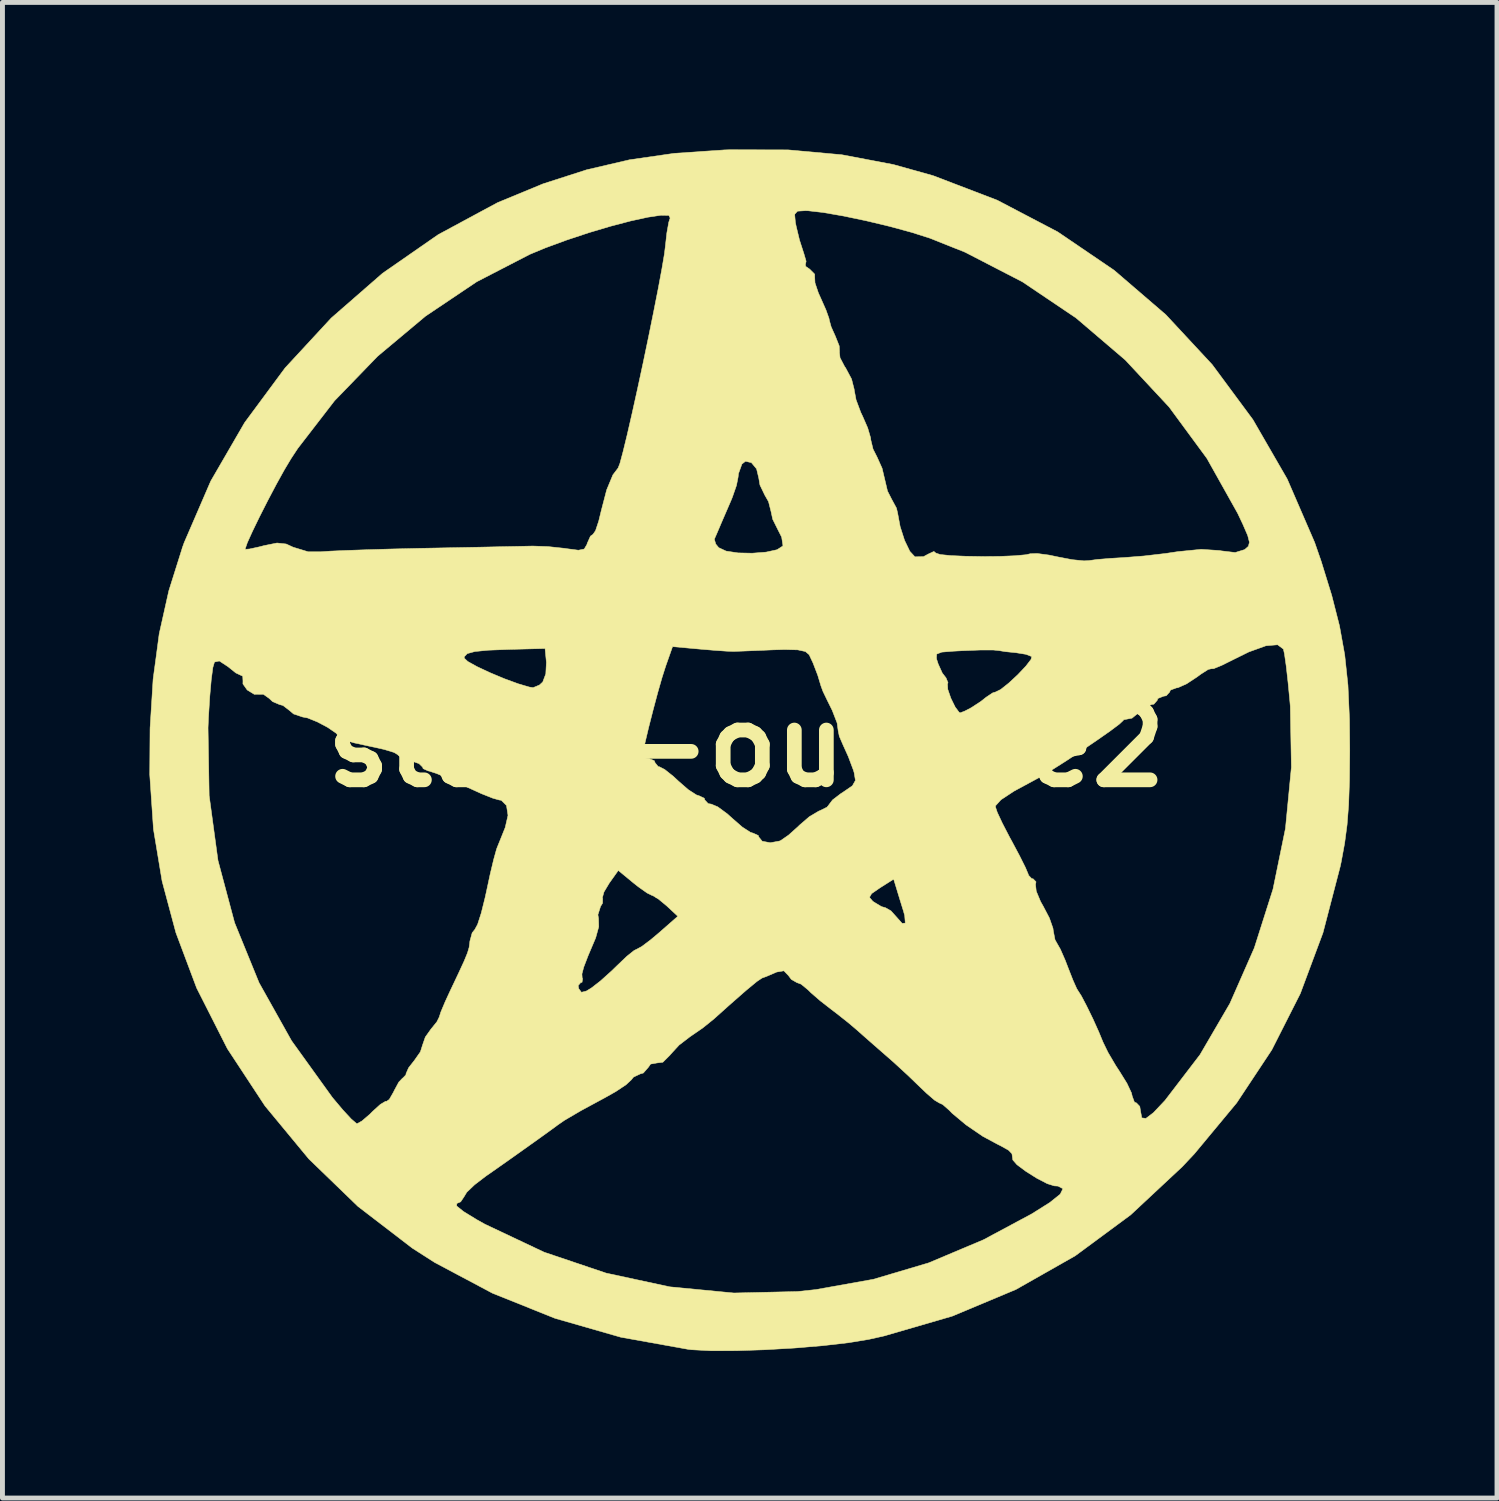
<source format=kicad_pcb>
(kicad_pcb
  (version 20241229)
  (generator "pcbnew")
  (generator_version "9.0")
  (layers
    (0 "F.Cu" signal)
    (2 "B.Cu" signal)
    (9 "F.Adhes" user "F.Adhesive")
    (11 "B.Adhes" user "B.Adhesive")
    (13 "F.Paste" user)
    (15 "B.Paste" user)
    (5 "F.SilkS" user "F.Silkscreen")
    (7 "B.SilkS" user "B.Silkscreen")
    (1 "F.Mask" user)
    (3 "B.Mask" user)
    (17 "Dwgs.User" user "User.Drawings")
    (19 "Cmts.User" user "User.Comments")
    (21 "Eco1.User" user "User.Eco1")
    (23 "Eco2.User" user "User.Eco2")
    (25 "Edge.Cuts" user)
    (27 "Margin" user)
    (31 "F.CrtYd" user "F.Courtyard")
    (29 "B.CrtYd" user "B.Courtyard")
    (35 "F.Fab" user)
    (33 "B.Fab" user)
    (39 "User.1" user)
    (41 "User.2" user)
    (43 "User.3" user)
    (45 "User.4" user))
  (footprint "star4-outline2"
    (layer "F.Cu")
    (at 12.176 12.17)
    (property "Reference" "star4-outline2" (at 0 0 0) (layer "F.SilkS") (effects (font (size 1.524 1.524) (thickness 0.3))))
    (attr through_hole)
    (fp_poly (pts (xy 0.852 -12.162) (xy 1.948 -12.063) (xy 3 -11.863) (xy 3.809 -11.637) (xy 5.118 -11.136) (xy 6.353 -10.489) (xy 7.503 -9.707) (xy 8.558 -8.8) (xy 9.505 -7.781) (xy 10.335 -6.659) (xy 11.035 -5.447) (xy 11.594 -4.155) (xy 11.727 -3.772) (xy 11.943 -3.073) (xy 12.101 -2.453) (xy 12.208 -1.86) (xy 12.274 -1.242) (xy 12.305 -0.547) (xy 12.311 0.085) (xy 12.305 0.702) (xy 12.288 1.195) (xy 12.256 1.608) (xy 12.206 1.985) (xy 12.135 2.371) (xy 12.117 2.455) (xy 11.764 3.811) (xy 11.302 5.05) (xy 10.72 6.199) (xy 10.004 7.28) (xy 9.142 8.318) (xy 8.894 8.582) (xy 7.841 9.565) (xy 6.712 10.399) (xy 5.5 11.087) (xy 4.201 11.631) (xy 2.807 12.036) (xy 2.498 12.105) (xy 2.085 12.173) (xy 1.563 12.233) (xy 0.977 12.282) (xy 0.372 12.317) (xy -0.209 12.336) (xy -0.721 12.337) (xy -1.119 12.316) (xy -1.185 12.308) (xy -2.564 12.06) (xy -3.904 11.675) (xy -5.179 11.163) (xy -6.358 10.536) (xy -6.814 10.244) (xy -7.92 9.395) (xy -7.934 9.382) (xy -5.912 9.382) (xy -5.772 9.495) (xy -5.495 9.665) (xy -5.334 9.755) (xy -4.126 10.326) (xy -2.861 10.753) (xy -1.562 11.033) (xy -0.253 11.159) (xy 1.043 11.129) (xy 1.419 11.089) (xy 2.593 10.879) (xy 3.721 10.544) (xy 4.84 10.072) (xy 5.823 9.545) (xy 6.192 9.313) (xy 6.404 9.143) (xy 6.459 9.031) (xy 6.359 8.978) (xy 6.282 8.973) (xy 6.139 8.928) (xy 5.927 8.818) (xy 5.703 8.677) (xy 5.521 8.541) (xy 5.437 8.445) (xy 5.419 8.318) (xy 5.349 8.245) (xy 5.178 8.15) (xy 5.144 8.134) (xy 4.825 7.963) (xy 4.483 7.729) (xy 4.197 7.49) (xy 4.139 7.43) (xy 4.007 7.314) (xy 3.935 7.281) (xy 3.842 7.226) (xy 3.677 7.084) (xy 3.551 6.964) (xy 3.298 6.72) (xy 3.002 6.448) (xy 2.842 6.308) (xy 2.596 6.093) (xy 2.373 5.897) (xy 2.262 5.798) (xy 2.078 5.642) (xy 1.835 5.45) (xy 1.736 5.375) (xy 1.505 5.195) (xy 1.315 5.03) (xy 1.26 4.975) (xy 1.118 4.858) (xy 1.031 4.826) (xy 0.918 4.761) (xy 0.859 4.682) (xy 0.766 4.586) (xy 0.621 4.61) (xy 0.58 4.628) (xy 0.407 4.702) (xy 0.321 4.733) (xy 0.216 4.803) (xy -0.009 4.989) (xy -0.352 5.29) (xy -0.663 5.569) (xy -0.89 5.752) (xy -1.143 5.926) (xy -1.149 5.93) (xy -1.373 6.102) (xy -1.548 6.293) (xy -1.558 6.306) (xy -1.703 6.451) (xy -1.82 6.465) (xy -1.953 6.488) (xy -1.998 6.553) (xy -2.101 6.671) (xy -2.164 6.689) (xy -2.302 6.754) (xy -2.345 6.808) (xy -2.453 6.909) (xy -2.663 7.049) (xy -2.879 7.171) (xy -3.371 7.437) (xy -3.709 7.635) (xy -3.848 7.731) (xy -3.988 7.834) (xy -4.228 8.007) (xy -4.531 8.223) (xy -4.859 8.456) (xy -5.175 8.678) (xy -5.313 8.774) (xy -5.543 8.95) (xy -5.704 9.104) (xy -5.757 9.192) (xy -5.828 9.299) (xy -5.905 9.331) (xy -5.912 9.382) (xy -7.934 9.382) (xy -8.927 8.422) (xy -9.82 7.342) (xy -10.587 6.175) (xy -11.214 4.937) (xy -11.637 3.809) (xy -11.919 2.756) (xy -12.095 1.697) (xy -12.171 0.584) (xy -12.165 -0.339) (xy -12.164 -0.371) (xy -10.982 -0.371) (xy -10.959 1.011) (xy -10.779 2.335) (xy -10.44 3.605) (xy -9.941 4.829) (xy -9.278 6.013) (xy -8.451 7.162) (xy -8.44 7.176) (xy -8.232 7.423) (xy -8.061 7.608) (xy -7.954 7.7) (xy -7.941 7.705) (xy -7.841 7.649) (xy -7.68 7.511) (xy -7.626 7.456) (xy -7.466 7.311) (xy -7.358 7.247) (xy -7.341 7.25) (xy -7.284 7.21) (xy -7.198 7.06) (xy -7.185 7.032) (xy -7.09 6.856) (xy -7.012 6.774) (xy -7.007 6.773) (xy -6.945 6.708) (xy -6.943 6.685) (xy -6.89 6.564) (xy -6.773 6.415) (xy -6.649 6.238) (xy -6.604 6.096) (xy -6.549 5.937) (xy -6.435 5.777) (xy -6.313 5.626) (xy -6.265 5.529) (xy -6.231 5.423) (xy -6.143 5.214) (xy -6.043 4.997) (xy -5.991 4.888) (xy -3.431 4.888) (xy -3.419 4.95) (xy -3.364 5.024) (xy -3.262 4.998) (xy -3.159 4.935) (xy -2.974 4.791) (xy -2.744 4.584) (xy -2.629 4.472) (xy -2.438 4.29) (xy -2.289 4.171) (xy -2.236 4.145) (xy -2.135 4.091) (xy -1.954 3.955) (xy -1.778 3.807) (xy -1.397 3.473) (xy -1.626 3.26) (xy -1.794 3.121) (xy -1.85 3.087) (xy 2.512 3.087) (xy 2.577 3.164) (xy 2.601 3.182) (xy 2.758 3.276) (xy 2.839 3.299) (xy 2.951 3.363) (xy 3.048 3.471) (xy 3.179 3.618) (xy 3.243 3.612) (xy 3.231 3.458) (xy 3.205 3.365) (xy 3.127 3.113) (xy 3.063 2.903) (xy 3.006 2.716) (xy 2.728 2.892) (xy 2.556 3.011) (xy 2.512 3.087) (xy -1.85 3.087) (xy -1.912 3.05) (xy -1.924 3.048) (xy -2.025 2.998) (xy -2.203 2.872) (xy -2.303 2.793) (xy -2.612 2.538) (xy -2.797 2.798) (xy -2.904 2.977) (xy -2.937 3.095) (xy -2.931 3.109) (xy -2.933 3.206) (xy -2.974 3.272) (xy -3.028 3.442) (xy -3.015 3.52) (xy -3.011 3.687) (xy -3.072 3.908) (xy -3.078 3.924) (xy -3.228 4.278) (xy -3.317 4.51) (xy -3.354 4.65) (xy -3.349 4.729) (xy -3.34 4.748) (xy -3.352 4.821) (xy -3.379 4.826) (xy -3.431 4.888) (xy -5.991 4.888) (xy -5.869 4.63) (xy -5.755 4.383) (xy -5.689 4.221) (xy -5.656 4.111) (xy -5.643 4.019) (xy -5.64 3.982) (xy -5.593 3.81) (xy -5.539 3.743) (xy -5.482 3.638) (xy -5.408 3.408) (xy -5.33 3.095) (xy -5.301 2.963) (xy -5.226 2.614) (xy -5.154 2.313) (xy -5.098 2.111) (xy -5.085 2.074) (xy -5.002 1.869) (xy -4.919 1.662) (xy -4.862 1.414) (xy -4.893 1.213) (xy -4.999 1.107) (xy -5.041 1.101) (xy -5.17 1.065) (xy -5.404 0.972) (xy -5.698 0.838) (xy -5.769 0.804) (xy -6.07 0.665) (xy -6.32 0.56) (xy -6.474 0.51) (xy -6.491 0.508) (xy -6.594 0.461) (xy -6.604 0.43) (xy -6.677 0.359) (xy -6.853 0.297) (xy -6.858 0.296) (xy -7.036 0.239) (xy -7.096 0.191) (xy -2.114 0.191) (xy -2.048 0.247) (xy -1.99 0.254) (xy -1.877 0.3) (xy -1.863 0.339) (xy -1.798 0.42) (xy -1.774 0.423) (xy -1.666 0.478) (xy -1.49 0.618) (xy -1.38 0.72) (xy -1.182 0.892) (xy -1.017 0.998) (xy -0.961 1.016) (xy -0.857 1.066) (xy -0.847 1.101) (xy -0.778 1.175) (xy -0.715 1.185) (xy -0.582 1.241) (xy -0.389 1.383) (xy -0.279 1.482) (xy -0.081 1.654) (xy 0.083 1.76) (xy 0.14 1.778) (xy 0.244 1.825) (xy 0.254 1.856) (xy 0.324 1.942) (xy 0.488 1.973) (xy 0.675 1.939) (xy 0.703 1.927) (xy 0.862 1.817) (xy 1.054 1.645) (xy 1.084 1.615) (xy 1.285 1.442) (xy 1.479 1.327) (xy 1.503 1.318) (xy 1.65 1.245) (xy 1.656 1.237) (xy 5.081 1.237) (xy 5.119 1.351) (xy 5.221 1.57) (xy 5.368 1.854) (xy 5.419 1.947) (xy 5.575 2.24) (xy 5.693 2.476) (xy 5.753 2.618) (xy 5.757 2.636) (xy 5.823 2.706) (xy 5.851 2.709) (xy 5.91 2.77) (xy 5.9 2.825) (xy 5.915 2.962) (xy 6.003 3.173) (xy 6.058 3.27) (xy 6.183 3.509) (xy 6.256 3.718) (xy 6.263 3.772) (xy 6.298 3.953) (xy 6.339 4.026) (xy 6.408 4.147) (xy 6.505 4.369) (xy 6.567 4.53) (xy 6.663 4.775) (xy 6.74 4.948) (xy 6.769 4.995) (xy 6.835 5.098) (xy 6.944 5.306) (xy 7.072 5.568) (xy 7.192 5.835) (xy 7.276 6.039) (xy 7.379 6.251) (xy 7.536 6.518) (xy 7.62 6.647) (xy 7.765 6.881) (xy 7.857 7.076) (xy 7.874 7.148) (xy 7.918 7.265) (xy 7.959 7.281) (xy 8.027 7.352) (xy 8.043 7.451) (xy 8.068 7.586) (xy 8.152 7.597) (xy 8.306 7.48) (xy 8.544 7.228) (xy 8.545 7.226) (xy 9.256 6.297) (xy 9.865 5.253) (xy 10.364 4.118) (xy 10.745 2.92) (xy 10.999 1.682) (xy 11.12 0.431) (xy 11.098 -0.808) (xy 11.09 -0.902) (xy 11.052 -1.296) (xy 11.014 -1.634) (xy 10.979 -1.878) (xy 10.957 -1.978) (xy 10.839 -2.066) (xy 10.602 -2.046) (xy 10.252 -1.92) (xy 9.936 -1.764) (xy 9.699 -1.646) (xy 9.535 -1.579) (xy 9.483 -1.576) (xy 9.424 -1.563) (xy 9.275 -1.468) (xy 9.192 -1.407) (xy 8.982 -1.269) (xy 8.807 -1.191) (xy 8.769 -1.185) (xy 8.652 -1.141) (xy 8.636 -1.101) (xy 8.567 -1.026) (xy 8.509 -1.016) (xy 8.396 -0.97) (xy 8.382 -0.931) (xy 8.314 -0.854) (xy 8.268 -0.847) (xy 8.13 -0.789) (xy 8.003 -0.679) (xy 7.869 -0.569) (xy 7.785 -0.553) (xy 7.698 -0.536) (xy 7.691 -0.523) (xy 7.611 -0.448) (xy 7.422 -0.306) (xy 7.155 -0.119) (xy 6.845 0.092) (xy 6.525 0.303) (xy 6.227 0.492) (xy 5.985 0.637) (xy 5.884 0.692) (xy 5.462 0.92) (xy 5.195 1.096) (xy 5.084 1.219) (xy 5.081 1.237) (xy 1.656 1.237) (xy 1.693 1.187) (xy 1.759 1.1) (xy 1.922 0.975) (xy 1.982 0.936) (xy 2.164 0.811) (xy 2.226 0.701) (xy 2.199 0.54) (xy 2.182 0.485) (xy 2.08 0.214) (xy 1.976 -0.016) (xy 1.897 -0.199) (xy 1.874 -0.312) (xy 1.852 -0.471) (xy 1.753 -0.727) (xy 1.652 -0.931) (xy 1.563 -1.116) (xy 1.522 -1.228) (xy 1.457 -1.444) (xy 1.36 -1.697) (xy 1.318 -1.786) (xy 3.878 -1.786) (xy 3.914 -1.675) (xy 3.998 -1.489) (xy 4.074 -1.391) (xy 4.115 -1.291) (xy 4.104 -1.267) (xy 4.11 -1.157) (xy 4.172 -0.977) (xy 4.26 -0.797) (xy 4.342 -0.687) (xy 4.364 -0.677) (xy 4.461 -0.715) (xy 4.591 -0.783) (xy 4.785 -0.91) (xy 4.892 -0.995) (xy 5.027 -1.085) (xy 5.082 -1.101) (xy 5.189 -1.153) (xy 5.355 -1.285) (xy 5.54 -1.457) (xy 5.704 -1.631) (xy 5.809 -1.768) (xy 5.823 -1.825) (xy 5.706 -1.871) (xy 5.501 -1.904) (xy 5.487 -1.905) (xy 5.283 -1.926) (xy 5.168 -1.945) (xy 5.165 -1.946) (xy 5.039 -1.959) (xy 4.777 -1.959) (xy 4.414 -1.945) (xy 4.223 -1.935) (xy 3.987 -1.916) (xy 3.884 -1.876) (xy 3.878 -1.786) (xy 1.318 -1.786) (xy 1.282 -1.863) (xy 1.206 -1.928) (xy 1.05 -1.962) (xy 0.781 -1.969) (xy 0.541 -1.962) (xy 0.207 -1.948) (xy -0.069 -1.937) (xy -0.238 -1.931) (xy -0.254 -1.93) (xy -0.4 -1.935) (xy -0.657 -1.953) (xy -0.943 -1.977) (xy -1.505 -2.028) (xy -1.646 -1.628) (xy -1.718 -1.402) (xy -1.808 -1.088) (xy -1.903 -0.731) (xy -1.993 -0.378) (xy -2.065 -0.074) (xy -2.108 0.135) (xy -2.114 0.191) (xy -7.096 0.191) (xy -7.112 0.178) (xy -7.112 0.176) (xy -7.189 0.13) (xy -7.39 0.069) (xy -7.675 0.006) (xy -7.705 0) (xy -7.995 -0.063) (xy -8.206 -0.124) (xy -8.297 -0.171) (xy -8.297 -0.175) (xy -8.367 -0.261) (xy -8.537 -0.378) (xy -8.751 -0.492) (xy -8.951 -0.573) (xy -9.054 -0.593) (xy -9.236 -0.654) (xy -9.313 -0.72) (xy -9.452 -0.827) (xy -9.525 -0.847) (xy -9.664 -0.906) (xy -9.736 -0.973) (xy -9.854 -1.057) (xy -9.912 -1.055) (xy -10.04 -1.056) (xy -10.183 -1.144) (xy -10.27 -1.267) (xy -10.269 -1.327) (xy -10.274 -1.427) (xy -10.304 -1.439) (xy -10.416 -1.492) (xy -10.574 -1.619) (xy -10.751 -1.735) (xy -10.85 -1.714) (xy -10.883 -1.604) (xy -10.916 -1.356) (xy -10.947 -1.004) (xy -10.973 -0.578) (xy -10.982 -0.371) (xy -12.164 -0.371) (xy -12.102 -1.367) (xy -12.044 -1.794) (xy -5.756 -1.794) (xy -5.683 -1.725) (xy -5.492 -1.619) (xy -5.229 -1.496) (xy -4.935 -1.373) (xy -4.654 -1.27) (xy -4.431 -1.204) (xy -4.35 -1.191) (xy -4.22 -1.245) (xy -4.153 -1.307) (xy -4.091 -1.472) (xy -4.079 -1.702) (xy -4.079 -1.709) (xy -4.106 -1.99) (xy -4.852 -1.971) (xy -5.267 -1.955) (xy -5.539 -1.928) (xy -5.693 -1.886) (xy -5.753 -1.823) (xy -5.756 -1.794) (xy -12.044 -1.794) (xy -11.978 -2.29) (xy -11.782 -3.167) (xy -11.512 -4.025) (xy -10.223 -4.025) (xy -10.222 -4.013) (xy -10.135 -4.02) (xy -9.942 -4.062) (xy -9.837 -4.089) (xy -9.575 -4.142) (xy -9.388 -4.122) (xy -9.245 -4.056) (xy -8.939 -3.963) (xy -8.678 -3.963) (xy -8.493 -3.976) (xy -8.169 -3.99) (xy -7.738 -4.005) (xy -7.23 -4.02) (xy -6.676 -4.033) (xy -6.519 -4.036) (xy -5.958 -4.047) (xy -5.435 -4.057) (xy -4.979 -4.067) (xy -4.622 -4.074) (xy -4.396 -4.079) (xy -4.36 -4.08) (xy -4.045 -4.069) (xy -3.707 -4.033) (xy -3.656 -4.025) (xy -3.425 -3.995) (xy -3.307 -4.019) (xy -3.253 -4.11) (xy -3.244 -4.14) (xy -3.208 -4.219) (xy -0.653 -4.219) (xy -0.623 -4.12) (xy -0.563 -4.047) (xy -0.413 -3.977) (xy -0.168 -3.94) (xy 0.121 -3.934) (xy 0.403 -3.956) (xy 0.627 -4.005) (xy 0.742 -4.079) (xy 0.747 -4.093) (xy 0.721 -4.262) (xy 0.641 -4.42) (xy 0.538 -4.627) (xy 0.505 -4.781) (xy 0.453 -4.986) (xy 0.378 -5.117) (xy 0.278 -5.325) (xy 0.254 -5.467) (xy 0.209 -5.655) (xy 0.104 -5.781) (xy -0.017 -5.81) (xy -0.09 -5.752) (xy -0.16 -5.558) (xy -0.168 -5.485) (xy -0.201 -5.317) (xy -0.283 -5.081) (xy -0.308 -5.019) (xy -0.422 -4.755) (xy -0.524 -4.519) (xy -0.537 -4.487) (xy -0.613 -4.31) (xy -0.653 -4.219) (xy -3.208 -4.219) (xy -3.18 -4.282) (xy -3.129 -4.318) (xy -3.076 -4.394) (xy -3.011 -4.59) (xy -2.96 -4.8) (xy -2.849 -5.226) (xy -2.722 -5.532) (xy -2.615 -5.673) (xy -2.578 -5.769) (xy -2.515 -6.004) (xy -2.43 -6.353) (xy -2.33 -6.789) (xy -2.22 -7.285) (xy -2.106 -7.814) (xy -1.994 -8.351) (xy -1.889 -8.869) (xy -1.796 -9.34) (xy -1.722 -9.739) (xy -1.671 -10.04) (xy -1.653 -10.187) (xy -1.621 -10.47) (xy -1.582 -10.688) (xy -1.554 -10.772) (xy -1.58 -10.826) (xy -1.74 -10.829) (xy -2.008 -10.789) (xy -2.361 -10.712) (xy -2.772 -10.604) (xy -3.216 -10.472) (xy -3.668 -10.322) (xy -4.103 -10.162) (xy -4.418 -10.031) (xy -5.5 -9.472) (xy -6.545 -8.77) (xy -7.522 -7.952) (xy -8.401 -7.044) (xy -9.151 -6.072) (xy -9.288 -5.864) (xy -9.425 -5.635) (xy -9.59 -5.337) (xy -9.765 -5.005) (xy -9.933 -4.674) (xy -10.077 -4.377) (xy -10.18 -4.15) (xy -10.223 -4.025) (xy -11.512 -4.025) (xy -11.504 -4.052) (xy -11.469 -4.149) (xy -10.926 -5.406) (xy -10.235 -6.598) (xy -9.411 -7.712) (xy -8.468 -8.732) (xy -7.422 -9.644) (xy -6.286 -10.433) (xy -5.517 -10.848) (xy 0.986 -10.848) (xy 1.001 -10.683) (xy 1.017 -10.604) (xy 1.085 -10.322) (xy 1.167 -10.068) (xy 1.172 -10.054) (xy 1.22 -9.89) (xy 1.205 -9.819) (xy 1.204 -9.819) (xy 1.214 -9.783) (xy 1.293 -9.729) (xy 1.394 -9.627) (xy 1.395 -9.565) (xy 1.401 -9.449) (xy 1.47 -9.244) (xy 1.521 -9.131) (xy 1.624 -8.899) (xy 1.686 -8.726) (xy 1.694 -8.684) (xy 1.731 -8.551) (xy 1.819 -8.355) (xy 1.82 -8.352) (xy 1.895 -8.163) (xy 1.901 -8.037) (xy 1.899 -8.034) (xy 1.912 -7.921) (xy 2.005 -7.743) (xy 2.027 -7.712) (xy 2.147 -7.487) (xy 2.201 -7.275) (xy 2.201 -7.265) (xy 2.239 -7.063) (xy 2.335 -6.806) (xy 2.371 -6.731) (xy 2.476 -6.49) (xy 2.535 -6.289) (xy 2.54 -6.244) (xy 2.585 -6.058) (xy 2.667 -5.896) (xy 2.77 -5.667) (xy 2.825 -5.435) (xy 2.88 -5.202) (xy 2.964 -5.037) (xy 3.063 -4.854) (xy 3.085 -4.761) (xy 3.138 -4.477) (xy 3.228 -4.196) (xy 3.336 -3.972) (xy 3.44 -3.86) (xy 3.441 -3.86) (xy 3.615 -3.864) (xy 3.707 -3.914) (xy 3.827 -3.97) (xy 3.866 -3.937) (xy 3.955 -3.907) (xy 4.171 -3.885) (xy 4.474 -3.872) (xy 4.82 -3.866) (xy 5.169 -3.869) (xy 5.479 -3.882) (xy 5.707 -3.903) (xy 5.793 -3.923) (xy 5.934 -3.928) (xy 6.175 -3.896) (xy 6.361 -3.857) (xy 6.648 -3.802) (xy 6.889 -3.778) (xy 6.986 -3.783) (xy 7.157 -3.806) (xy 7.434 -3.829) (xy 7.705 -3.845) (xy 8.111 -3.877) (xy 8.557 -3.929) (xy 8.805 -3.966) (xy 9.278 -4.013) (xy 9.659 -3.988) (xy 9.688 -3.982) (xy 9.973 -3.948) (xy 10.165 -4.007) (xy 10.173 -4.013) (xy 10.243 -4.075) (xy 10.264 -4.157) (xy 10.229 -4.295) (xy 10.13 -4.524) (xy 10.024 -4.748) (xy 9.396 -5.869) (xy 8.625 -6.917) (xy 7.73 -7.877) (xy 6.727 -8.733) (xy 5.633 -9.47) (xy 4.466 -10.073) (xy 3.745 -10.361) (xy 3.374 -10.479) (xy 2.926 -10.601) (xy 2.445 -10.716) (xy 1.977 -10.814) (xy 1.568 -10.885) (xy 1.263 -10.92) (xy 1.205 -10.922) (xy 1.044 -10.912) (xy 0.986 -10.848) (xy -5.517 -10.848) (xy -5.075 -11.086) (xy -4.149 -11.469) (xy -3.258 -11.756) (xy -2.384 -11.96) (xy -1.468 -12.092) (xy -0.454 -12.161) (xy -0.339 -12.165) (xy 0.852 -12.162)) (stroke (width 0.01) (type solid)) (fill yes) (layer "F.SilkS")))
  (gr_rect
    (start -3 -3)
    (end 27.491 27.512)
    (stroke (width 0.1) (type default))
    (fill no)
    (layer "Edge.Cuts")))
</source>
